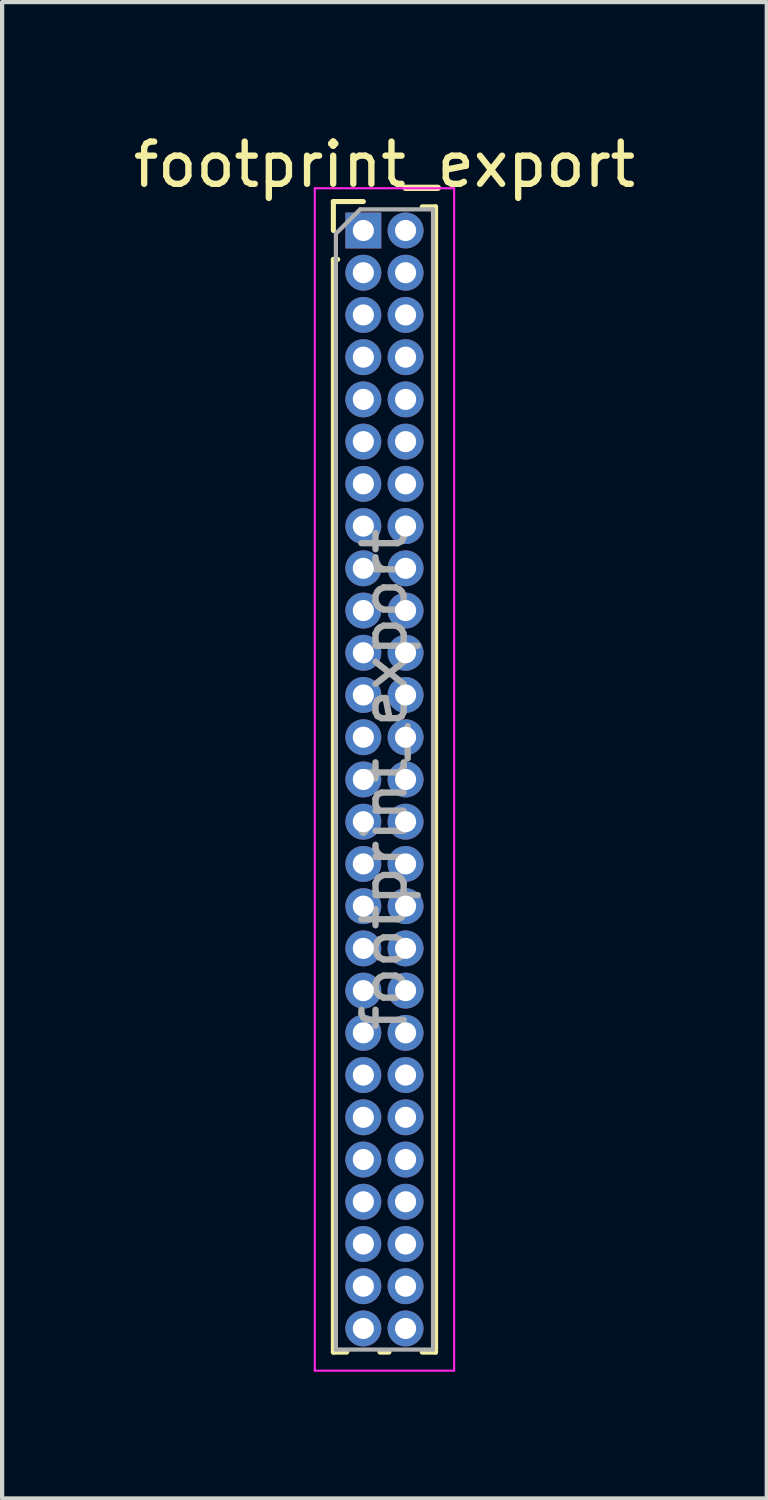
<source format=kicad_pcb>
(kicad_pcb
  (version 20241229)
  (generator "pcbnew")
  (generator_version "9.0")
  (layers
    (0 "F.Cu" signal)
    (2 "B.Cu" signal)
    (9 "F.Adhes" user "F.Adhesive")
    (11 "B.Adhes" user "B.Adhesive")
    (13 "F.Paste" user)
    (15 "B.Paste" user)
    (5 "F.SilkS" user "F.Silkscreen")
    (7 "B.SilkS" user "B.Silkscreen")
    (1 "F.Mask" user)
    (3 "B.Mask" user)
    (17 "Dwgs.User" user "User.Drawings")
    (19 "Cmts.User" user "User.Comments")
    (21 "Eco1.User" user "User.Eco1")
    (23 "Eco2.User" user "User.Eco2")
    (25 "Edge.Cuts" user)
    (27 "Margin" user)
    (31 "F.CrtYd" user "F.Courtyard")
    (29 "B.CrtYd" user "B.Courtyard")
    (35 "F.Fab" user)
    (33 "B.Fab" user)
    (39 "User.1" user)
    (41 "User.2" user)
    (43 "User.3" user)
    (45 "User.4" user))
  (footprint "footprint_export"
    (layer "F.Cu")
    (at 5.554 2.408)
    (property "Reference" "footprint_export" (at 0.5 -1.56 0) (layer "F.SilkS") (effects (font (size 1 1) (thickness 0.15))))
    (attr through_hole)
    (fp_line (start -0.71 -0.685) (end 0 -0.685) (stroke (width 0.12) (type solid)) (layer "F.SilkS"))
    (fp_line (start -0.71 0) (end -0.71 -0.685) (stroke (width 0.12) (type solid)) (layer "F.SilkS"))
    (fp_line (start -0.71 0.685) (end -0.71 26.56) (stroke (width 0.12) (type solid)) (layer "F.SilkS"))
    (fp_line (start -0.71 0.685) (end -0.608 0.685) (stroke (width 0.12) (type solid)) (layer "F.SilkS"))
    (fp_line (start -0.71 26.56) (end -0.394 26.56) (stroke (width 0.12) (type solid)) (layer "F.SilkS"))
    (fp_line (start 0.394 26.56) (end 0.606 26.56) (stroke (width 0.12) (type solid)) (layer "F.SilkS"))
    (fp_line (start 1.394 -0.56) (end 1.71 -0.56) (stroke (width 0.12) (type solid)) (layer "F.SilkS"))
    (fp_line (start 1.394 26.56) (end 1.71 26.56) (stroke (width 0.12) (type solid)) (layer "F.SilkS"))
    (fp_line (start 1.71 -0.56) (end 1.71 26.56) (stroke (width 0.12) (type solid)) (layer "F.SilkS"))
    (fp_line (start -1.15 -1) (end -1.15 27) (stroke (width 0.05) (type solid)) (layer "F.CrtYd"))
    (fp_line (start -1.15 27) (end 2.15 27) (stroke (width 0.05) (type solid)) (layer "F.CrtYd"))
    (fp_line (start 2.15 -1) (end -1.15 -1) (stroke (width 0.05) (type solid)) (layer "F.CrtYd"))
    (fp_line (start 2.15 27) (end 2.15 -1) (stroke (width 0.05) (type solid)) (layer "F.CrtYd"))
    (fp_line (start -0.65 0.075) (end -0.075 -0.5) (stroke (width 0.1) (type solid)) (layer "F.Fab"))
    (fp_line (start -0.65 26.5) (end -0.65 0.075) (stroke (width 0.1) (type solid)) (layer "F.Fab"))
    (fp_line (start -0.075 -0.5) (end 1.65 -0.5) (stroke (width 0.1) (type solid)) (layer "F.Fab"))
    (fp_line (start 1.65 -0.5) (end 1.65 26.5) (stroke (width 0.1) (type solid)) (layer "F.Fab"))
    (fp_line (start 1.65 26.5) (end -0.65 26.5) (stroke (width 0.1) (type solid)) (layer "F.Fab"))
    (fp_text user "${REFERENCE}" (at 0.5 13 90) (layer "F.Fab") (effects (font (size 1 1) (thickness 0.15))))
    (pad "1" thru_hole rect (at 0 0) (size 0.85 0.85) (drill 0.5) (layers "*.Cu" "*.Mask"))
    (pad "2" thru_hole oval (at 1 0) (size 0.85 0.85) (drill 0.5) (layers "*.Cu" "*.Mask"))
    (pad "3" thru_hole oval (at 0 1) (size 0.85 0.85) (drill 0.5) (layers "*.Cu" "*.Mask"))
    (pad "4" thru_hole oval (at 1 1) (size 0.85 0.85) (drill 0.5) (layers "*.Cu" "*.Mask"))
    (pad "5" thru_hole oval (at 0 2) (size 0.85 0.85) (drill 0.5) (layers "*.Cu" "*.Mask"))
    (pad "6" thru_hole oval (at 1 2) (size 0.85 0.85) (drill 0.5) (layers "*.Cu" "*.Mask"))
    (pad "7" thru_hole oval (at 0 3) (size 0.85 0.85) (drill 0.5) (layers "*.Cu" "*.Mask"))
    (pad "8" thru_hole oval (at 1 3) (size 0.85 0.85) (drill 0.5) (layers "*.Cu" "*.Mask"))
    (pad "9" thru_hole oval (at 0 4) (size 0.85 0.85) (drill 0.5) (layers "*.Cu" "*.Mask"))
    (pad "10" thru_hole oval (at 1 4) (size 0.85 0.85) (drill 0.5) (layers "*.Cu" "*.Mask"))
    (pad "11" thru_hole oval (at 0 5) (size 0.85 0.85) (drill 0.5) (layers "*.Cu" "*.Mask"))
    (pad "12" thru_hole oval (at 1 5) (size 0.85 0.85) (drill 0.5) (layers "*.Cu" "*.Mask"))
    (pad "13" thru_hole oval (at 0 6) (size 0.85 0.85) (drill 0.5) (layers "*.Cu" "*.Mask"))
    (pad "14" thru_hole oval (at 1 6) (size 0.85 0.85) (drill 0.5) (layers "*.Cu" "*.Mask"))
    (pad "15" thru_hole oval (at 0 7) (size 0.85 0.85) (drill 0.5) (layers "*.Cu" "*.Mask"))
    (pad "16" thru_hole oval (at 1 7) (size 0.85 0.85) (drill 0.5) (layers "*.Cu" "*.Mask"))
    (pad "17" thru_hole oval (at 0 8) (size 0.85 0.85) (drill 0.5) (layers "*.Cu" "*.Mask"))
    (pad "18" thru_hole oval (at 1 8) (size 0.85 0.85) (drill 0.5) (layers "*.Cu" "*.Mask"))
    (pad "19" thru_hole oval (at 0 9) (size 0.85 0.85) (drill 0.5) (layers "*.Cu" "*.Mask"))
    (pad "20" thru_hole oval (at 1 9) (size 0.85 0.85) (drill 0.5) (layers "*.Cu" "*.Mask"))
    (pad "21" thru_hole oval (at 0 10) (size 0.85 0.85) (drill 0.5) (layers "*.Cu" "*.Mask"))
    (pad "22" thru_hole oval (at 1 10) (size 0.85 0.85) (drill 0.5) (layers "*.Cu" "*.Mask"))
    (pad "23" thru_hole oval (at 0 11) (size 0.85 0.85) (drill 0.5) (layers "*.Cu" "*.Mask"))
    (pad "24" thru_hole oval (at 1 11) (size 0.85 0.85) (drill 0.5) (layers "*.Cu" "*.Mask"))
    (pad "25" thru_hole oval (at 0 12) (size 0.85 0.85) (drill 0.5) (layers "*.Cu" "*.Mask"))
    (pad "26" thru_hole oval (at 1 12) (size 0.85 0.85) (drill 0.5) (layers "*.Cu" "*.Mask"))
    (pad "27" thru_hole oval (at 0 13) (size 0.85 0.85) (drill 0.5) (layers "*.Cu" "*.Mask"))
    (pad "28" thru_hole oval (at 1 13) (size 0.85 0.85) (drill 0.5) (layers "*.Cu" "*.Mask"))
    (pad "29" thru_hole oval (at 0 14) (size 0.85 0.85) (drill 0.5) (layers "*.Cu" "*.Mask"))
    (pad "30" thru_hole oval (at 1 14) (size 0.85 0.85) (drill 0.5) (layers "*.Cu" "*.Mask"))
    (pad "31" thru_hole oval (at 0 15) (size 0.85 0.85) (drill 0.5) (layers "*.Cu" "*.Mask"))
    (pad "32" thru_hole oval (at 1 15) (size 0.85 0.85) (drill 0.5) (layers "*.Cu" "*.Mask"))
    (pad "33" thru_hole oval (at 0 16) (size 0.85 0.85) (drill 0.5) (layers "*.Cu" "*.Mask"))
    (pad "34" thru_hole oval (at 1 16) (size 0.85 0.85) (drill 0.5) (layers "*.Cu" "*.Mask"))
    (pad "35" thru_hole oval (at 0 17) (size 0.85 0.85) (drill 0.5) (layers "*.Cu" "*.Mask"))
    (pad "36" thru_hole oval (at 1 17) (size 0.85 0.85) (drill 0.5) (layers "*.Cu" "*.Mask"))
    (pad "37" thru_hole oval (at 0 18) (size 0.85 0.85) (drill 0.5) (layers "*.Cu" "*.Mask"))
    (pad "38" thru_hole oval (at 1 18) (size 0.85 0.85) (drill 0.5) (layers "*.Cu" "*.Mask"))
    (pad "39" thru_hole oval (at 0 19) (size 0.85 0.85) (drill 0.5) (layers "*.Cu" "*.Mask"))
    (pad "40" thru_hole oval (at 1 19) (size 0.85 0.85) (drill 0.5) (layers "*.Cu" "*.Mask"))
    (pad "41" thru_hole oval (at 0 20) (size 0.85 0.85) (drill 0.5) (layers "*.Cu" "*.Mask"))
    (pad "42" thru_hole oval (at 1 20) (size 0.85 0.85) (drill 0.5) (layers "*.Cu" "*.Mask"))
    (pad "43" thru_hole oval (at 0 21) (size 0.85 0.85) (drill 0.5) (layers "*.Cu" "*.Mask"))
    (pad "44" thru_hole oval (at 1 21) (size 0.85 0.85) (drill 0.5) (layers "*.Cu" "*.Mask"))
    (pad "45" thru_hole oval (at 0 22) (size 0.85 0.85) (drill 0.5) (layers "*.Cu" "*.Mask"))
    (pad "46" thru_hole oval (at 1 22) (size 0.85 0.85) (drill 0.5) (layers "*.Cu" "*.Mask"))
    (pad "47" thru_hole oval (at 0 23) (size 0.85 0.85) (drill 0.5) (layers "*.Cu" "*.Mask"))
    (pad "48" thru_hole oval (at 1 23) (size 0.85 0.85) (drill 0.5) (layers "*.Cu" "*.Mask"))
    (pad "49" thru_hole oval (at 0 24) (size 0.85 0.85) (drill 0.5) (layers "*.Cu" "*.Mask"))
    (pad "50" thru_hole oval (at 1 24) (size 0.85 0.85) (drill 0.5) (layers "*.Cu" "*.Mask"))
    (pad "51" thru_hole oval (at 0 25) (size 0.85 0.85) (drill 0.5) (layers "*.Cu" "*.Mask"))
    (pad "52" thru_hole oval (at 1 25) (size 0.85 0.85) (drill 0.5) (layers "*.Cu" "*.Mask"))
    (pad "53" thru_hole oval (at 0 26) (size 0.85 0.85) (drill 0.5) (layers "*.Cu" "*.Mask"))
    (pad "54" thru_hole oval (at 1 26) (size 0.85 0.85) (drill 0.5) (layers "*.Cu" "*.Mask")))
  (gr_rect
    (start -3 -3)
    (end 15.107 32.433)
    (stroke (width 0.1) (type default))
    (fill no)
    (layer "Edge.Cuts")))
</source>
